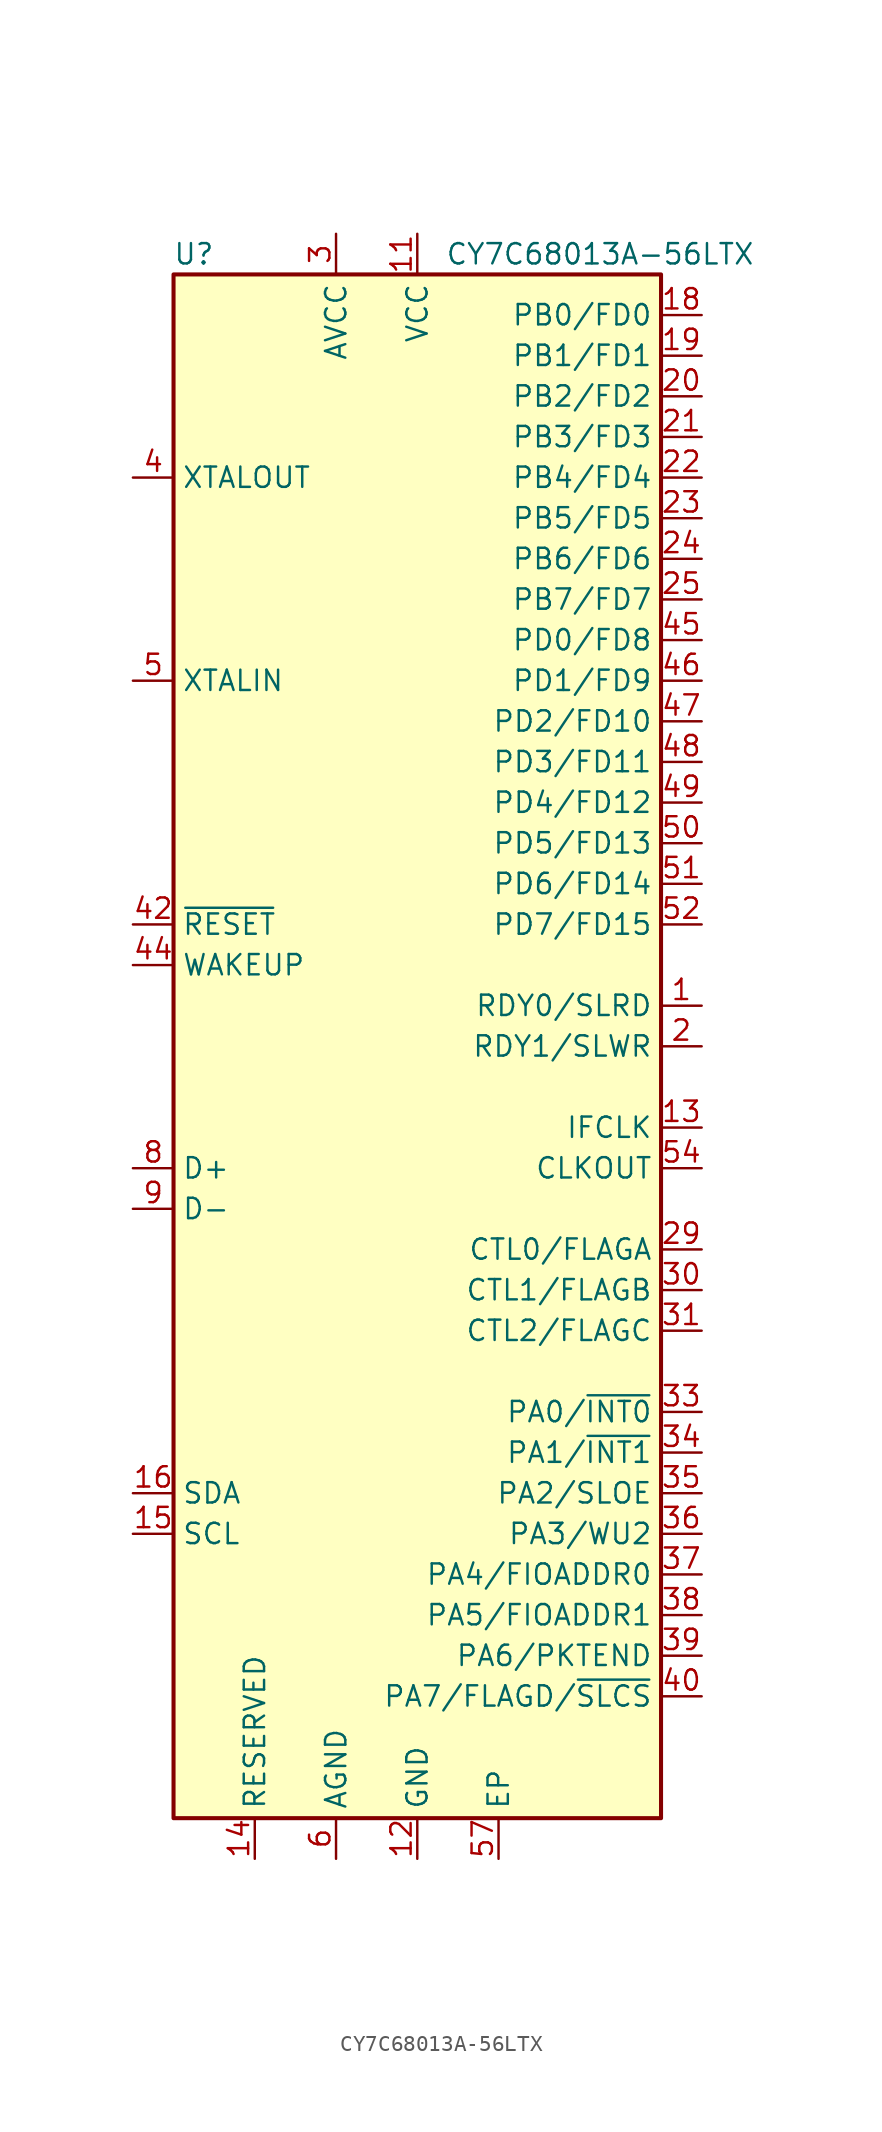
<source format=kicad_sym>
(kicad_symbol_lib
  (version 20211014)
  (generator kicad_symbol_editor)
  (symbol "CY7C68013A-56LTX"
    (property "Reference" "U"
      (at -13.97 49.53 0)
      (effects (font (size 1.27 1.27))))
    (property "Value" "CY7C68013A-56LTX"
      (at 11.43 49.53 0)
      (effects (font (size 1.27 1.27))))
    (symbol "CY7C68013A-56LTX_0_1"
      (rectangle (start -15.24 48.26) (end 15.24 -48.26) (stroke (width 0.254) (type default) (color 0 0 0 0)) (fill (type background))))
    (symbol "CY7C68013A-56LTX_1_1"
      (pin input line (at 17.78 2.54 180) (length 2.54) (name "RDY0/SLRD" (effects (font (size 1.27 1.27)))) (number "1" (effects (font (size 1.27 1.27)))))
      (pin passive line (at -5.08 -50.8 90) (length 2.54) hide (name "AGND" (effects (font (size 1.27 1.27)))) (number "10" (effects (font (size 1.27 1.27)))))
      (pin power_in line (at 0 50.8 270) (length 2.54) (name "VCC" (effects (font (size 1.27 1.27)))) (number "11" (effects (font (size 1.27 1.27)))))
      (pin power_in line (at 0 -50.8 90) (length 2.54) (name "GND" (effects (font (size 1.27 1.27)))) (number "12" (effects (font (size 1.27 1.27)))))
      (pin bidirectional line (at 17.78 -5.08 180) (length 2.54) (name "IFCLK" (effects (font (size 1.27 1.27)))) (number "13" (effects (font (size 1.27 1.27)))))
      (pin input line (at -10.16 -50.8 90) (length 2.54) (name "RESERVED" (effects (font (size 1.27 1.27)))) (number "14" (effects (font (size 1.27 1.27)))))
      (pin input line (at -17.78 -30.48 0) (length 2.54) (name "SCL" (effects (font (size 1.27 1.27)))) (number "15" (effects (font (size 1.27 1.27)))))
      (pin bidirectional line (at -17.78 -27.94 0) (length 2.54) (name "SDA" (effects (font (size 1.27 1.27)))) (number "16" (effects (font (size 1.27 1.27)))))
      (pin passive line (at 0 50.8 270) (length 2.54) hide (name "VCC" (effects (font (size 1.27 1.27)))) (number "17" (effects (font (size 1.27 1.27)))))
      (pin bidirectional line (at 17.78 45.72 180) (length 2.54) (name "PB0/FD0" (effects (font (size 1.27 1.27)))) (number "18" (effects (font (size 1.27 1.27)))))
      (pin bidirectional line (at 17.78 43.18 180) (length 2.54) (name "PB1/FD1" (effects (font (size 1.27 1.27)))) (number "19" (effects (font (size 1.27 1.27)))))
      (pin input line (at 17.78 0 180) (length 2.54) (name "RDY1/SLWR" (effects (font (size 1.27 1.27)))) (number "2" (effects (font (size 1.27 1.27)))))
      (pin bidirectional line (at 17.78 40.64 180) (length 2.54) (name "PB2/FD2" (effects (font (size 1.27 1.27)))) (number "20" (effects (font (size 1.27 1.27)))))
      (pin bidirectional line (at 17.78 38.1 180) (length 2.54) (name "PB3/FD3" (effects (font (size 1.27 1.27)))) (number "21" (effects (font (size 1.27 1.27)))))
      (pin bidirectional line (at 17.78 35.56 180) (length 2.54) (name "PB4/FD4" (effects (font (size 1.27 1.27)))) (number "22" (effects (font (size 1.27 1.27)))))
      (pin bidirectional line (at 17.78 33.02 180) (length 2.54) (name "PB5/FD5" (effects (font (size 1.27 1.27)))) (number "23" (effects (font (size 1.27 1.27)))))
      (pin bidirectional line (at 17.78 30.48 180) (length 2.54) (name "PB6/FD6" (effects (font (size 1.27 1.27)))) (number "24" (effects (font (size 1.27 1.27)))))
      (pin bidirectional line (at 17.78 27.94 180) (length 2.54) (name "PB7/FD7" (effects (font (size 1.27 1.27)))) (number "25" (effects (font (size 1.27 1.27)))))
      (pin passive line (at 0 -50.8 90) (length 2.54) hide (name "GND" (effects (font (size 1.27 1.27)))) (number "26" (effects (font (size 1.27 1.27)))))
      (pin passive line (at 0 50.8 270) (length 2.54) hide (name "VCC" (effects (font (size 1.27 1.27)))) (number "27" (effects (font (size 1.27 1.27)))))
      (pin passive line (at 0 -50.8 90) (length 2.54) hide (name "GND" (effects (font (size 1.27 1.27)))) (number "28" (effects (font (size 1.27 1.27)))))
      (pin output line (at 17.78 -12.7 180) (length 2.54) (name "CTL0/FLAGA" (effects (font (size 1.27 1.27)))) (number "29" (effects (font (size 1.27 1.27)))))
      (pin power_in line (at -5.08 50.8 270) (length 2.54) (name "AVCC" (effects (font (size 1.27 1.27)))) (number "3" (effects (font (size 1.27 1.27)))))
      (pin output line (at 17.78 -15.24 180) (length 2.54) (name "CTL1/FLAGB" (effects (font (size 1.27 1.27)))) (number "30" (effects (font (size 1.27 1.27)))))
      (pin output line (at 17.78 -17.78 180) (length 2.54) (name "CTL2/FLAGC" (effects (font (size 1.27 1.27)))) (number "31" (effects (font (size 1.27 1.27)))))
      (pin passive line (at 0 50.8 270) (length 2.54) hide (name "VCC" (effects (font (size 1.27 1.27)))) (number "32" (effects (font (size 1.27 1.27)))))
      (pin bidirectional line (at 17.78 -22.86 180) (length 2.54) (name "PA0/~{INT0}" (effects (font (size 1.27 1.27)))) (number "33" (effects (font (size 1.27 1.27)))))
      (pin bidirectional line (at 17.78 -25.4 180) (length 2.54) (name "PA1/~{INT1}" (effects (font (size 1.27 1.27)))) (number "34" (effects (font (size 1.27 1.27)))))
      (pin bidirectional line (at 17.78 -27.94 180) (length 2.54) (name "PA2/SLOE" (effects (font (size 1.27 1.27)))) (number "35" (effects (font (size 1.27 1.27)))))
      (pin bidirectional line (at 17.78 -30.48 180) (length 2.54) (name "PA3/WU2" (effects (font (size 1.27 1.27)))) (number "36" (effects (font (size 1.27 1.27)))))
      (pin bidirectional line (at 17.78 -33.02 180) (length 2.54) (name "PA4/FIOADDR0" (effects (font (size 1.27 1.27)))) (number "37" (effects (font (size 1.27 1.27)))))
      (pin bidirectional line (at 17.78 -35.56 180) (length 2.54) (name "PA5/FIOADDR1" (effects (font (size 1.27 1.27)))) (number "38" (effects (font (size 1.27 1.27)))))
      (pin bidirectional line (at 17.78 -38.1 180) (length 2.54) (name "PA6/PKTEND" (effects (font (size 1.27 1.27)))) (number "39" (effects (font (size 1.27 1.27)))))
      (pin output line (at -17.78 35.56 0) (length 2.54) (name "XTALOUT" (effects (font (size 1.27 1.27)))) (number "4" (effects (font (size 1.27 1.27)))))
      (pin bidirectional line (at 17.78 -40.64 180) (length 2.54) (name "PA7/FLAGD/~{SLCS}" (effects (font (size 1.27 1.27)))) (number "40" (effects (font (size 1.27 1.27)))))
      (pin passive line (at 0 -50.8 90) (length 2.54) hide (name "GND" (effects (font (size 1.27 1.27)))) (number "41" (effects (font (size 1.27 1.27)))))
      (pin input line (at -17.78 7.62 0) (length 2.54) (name "~{RESET}" (effects (font (size 1.27 1.27)))) (number "42" (effects (font (size 1.27 1.27)))))
      (pin passive line (at 0 50.8 270) (length 2.54) hide (name "VCC" (effects (font (size 1.27 1.27)))) (number "43" (effects (font (size 1.27 1.27)))))
      (pin input line (at -17.78 5.08 0) (length 2.54) (name "WAKEUP" (effects (font (size 1.27 1.27)))) (number "44" (effects (font (size 1.27 1.27)))))
      (pin bidirectional line (at 17.78 25.4 180) (length 2.54) (name "PD0/FD8" (effects (font (size 1.27 1.27)))) (number "45" (effects (font (size 1.27 1.27)))))
      (pin bidirectional line (at 17.78 22.86 180) (length 2.54) (name "PD1/FD9" (effects (font (size 1.27 1.27)))) (number "46" (effects (font (size 1.27 1.27)))))
      (pin bidirectional line (at 17.78 20.32 180) (length 2.54) (name "PD2/FD10" (effects (font (size 1.27 1.27)))) (number "47" (effects (font (size 1.27 1.27)))))
      (pin bidirectional line (at 17.78 17.78 180) (length 2.54) (name "PD3/FD11" (effects (font (size 1.27 1.27)))) (number "48" (effects (font (size 1.27 1.27)))))
      (pin bidirectional line (at 17.78 15.24 180) (length 2.54) (name "PD4/FD12" (effects (font (size 1.27 1.27)))) (number "49" (effects (font (size 1.27 1.27)))))
      (pin input line (at -17.78 22.86 0) (length 2.54) (name "XTALIN" (effects (font (size 1.27 1.27)))) (number "5" (effects (font (size 1.27 1.27)))))
      (pin bidirectional line (at 17.78 12.7 180) (length 2.54) (name "PD5/FD13" (effects (font (size 1.27 1.27)))) (number "50" (effects (font (size 1.27 1.27)))))
      (pin bidirectional line (at 17.78 10.16 180) (length 2.54) (name "PD6/FD14" (effects (font (size 1.27 1.27)))) (number "51" (effects (font (size 1.27 1.27)))))
      (pin bidirectional line (at 17.78 7.62 180) (length 2.54) (name "PD7/FD15" (effects (font (size 1.27 1.27)))) (number "52" (effects (font (size 1.27 1.27)))))
      (pin passive line (at 0 -50.8 90) (length 2.54) hide (name "GND" (effects (font (size 1.27 1.27)))) (number "53" (effects (font (size 1.27 1.27)))))
      (pin output line (at 17.78 -7.62 180) (length 2.54) (name "CLKOUT" (effects (font (size 1.27 1.27)))) (number "54" (effects (font (size 1.27 1.27)))))
      (pin passive line (at 0 50.8 270) (length 2.54) hide (name "VCC" (effects (font (size 1.27 1.27)))) (number "55" (effects (font (size 1.27 1.27)))))
      (pin passive line (at 0 -50.8 90) (length 2.54) hide (name "GND" (effects (font (size 1.27 1.27)))) (number "56" (effects (font (size 1.27 1.27)))))
      (pin input line (at 5.08 -50.8 90) (length 2.54) (name "EP" (effects (font (size 1.27 1.27)))) (number "57" (effects (font (size 1.27 1.27)))))
      (pin power_in line (at -5.08 -50.8 90) (length 2.54) (name "AGND" (effects (font (size 1.27 1.27)))) (number "6" (effects (font (size 1.27 1.27)))))
      (pin passive line (at -5.08 50.8 270) (length 2.54) hide (name "AVCC" (effects (font (size 1.27 1.27)))) (number "7" (effects (font (size 1.27 1.27)))))
      (pin bidirectional line (at -17.78 -7.62 0) (length 2.54) (name "D+" (effects (font (size 1.27 1.27)))) (number "8" (effects (font (size 1.27 1.27)))))
      (pin bidirectional line (at -17.78 -10.16 0) (length 2.54) (name "D-" (effects (font (size 1.27 1.27)))) (number "9" (effects (font (size 1.27 1.27))))))))
</source>
